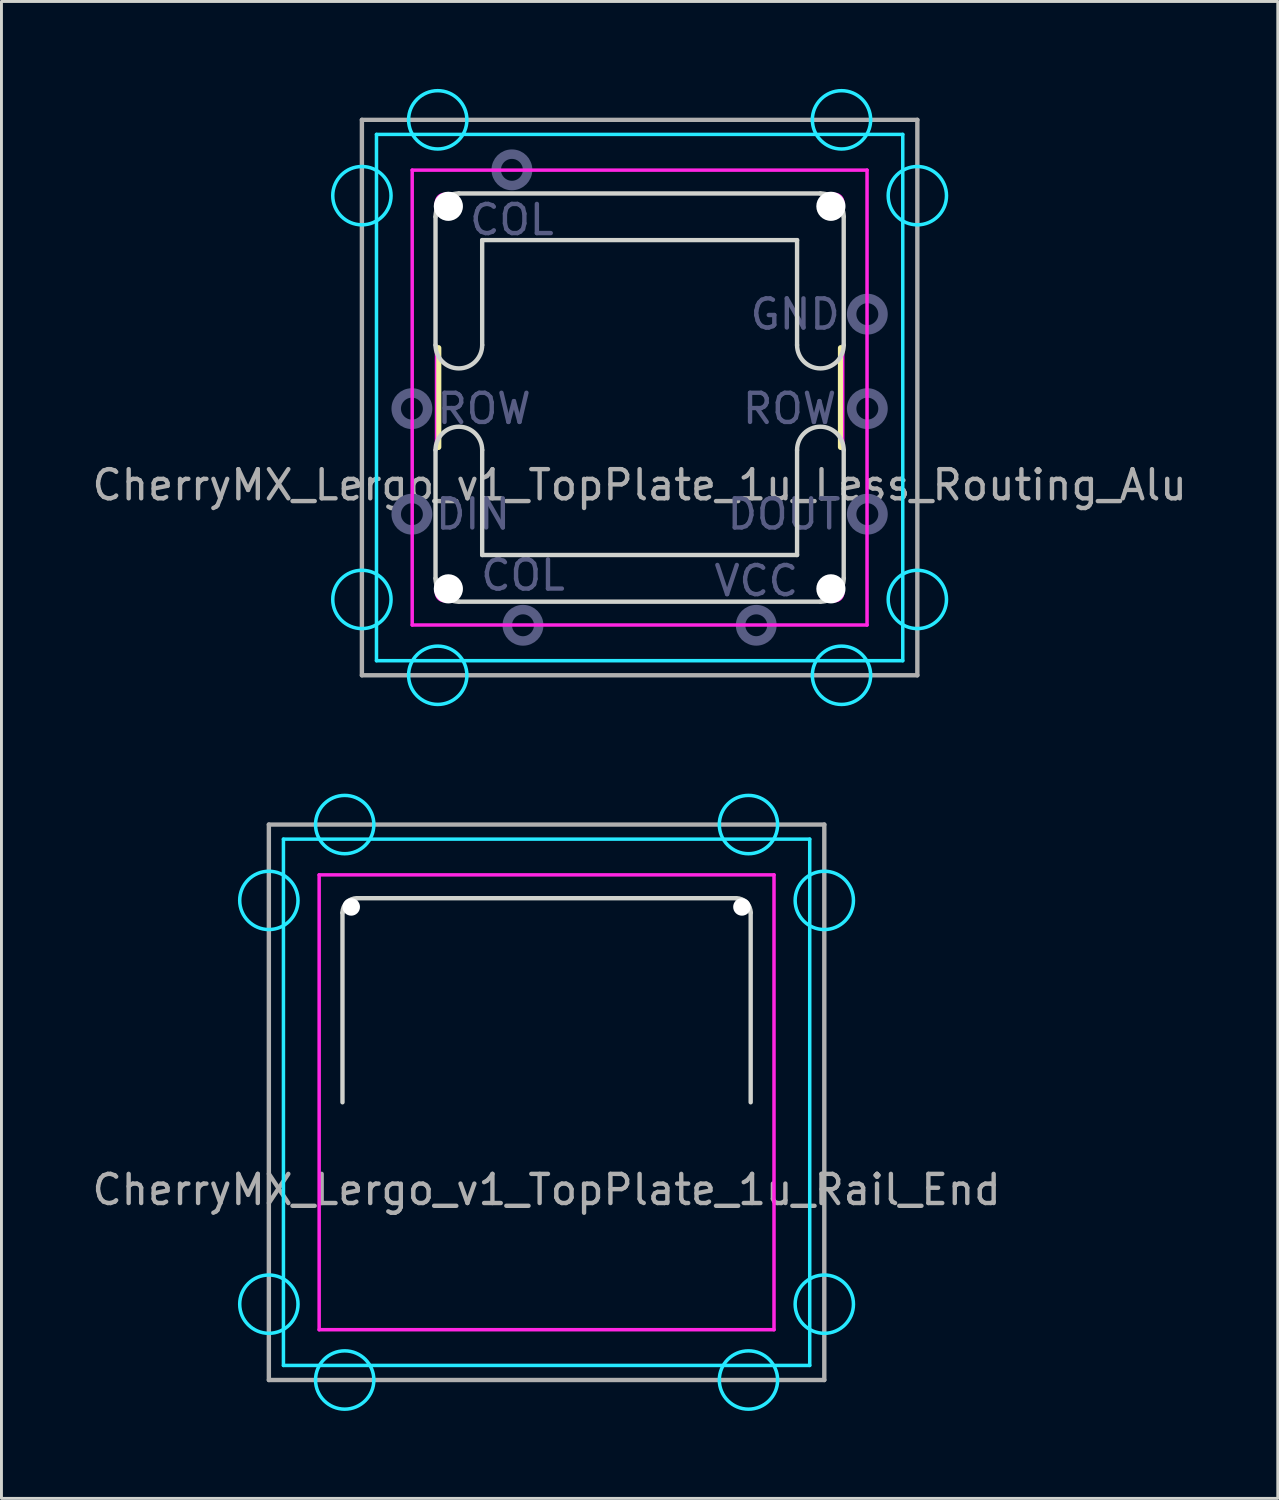
<source format=kicad_pcb>
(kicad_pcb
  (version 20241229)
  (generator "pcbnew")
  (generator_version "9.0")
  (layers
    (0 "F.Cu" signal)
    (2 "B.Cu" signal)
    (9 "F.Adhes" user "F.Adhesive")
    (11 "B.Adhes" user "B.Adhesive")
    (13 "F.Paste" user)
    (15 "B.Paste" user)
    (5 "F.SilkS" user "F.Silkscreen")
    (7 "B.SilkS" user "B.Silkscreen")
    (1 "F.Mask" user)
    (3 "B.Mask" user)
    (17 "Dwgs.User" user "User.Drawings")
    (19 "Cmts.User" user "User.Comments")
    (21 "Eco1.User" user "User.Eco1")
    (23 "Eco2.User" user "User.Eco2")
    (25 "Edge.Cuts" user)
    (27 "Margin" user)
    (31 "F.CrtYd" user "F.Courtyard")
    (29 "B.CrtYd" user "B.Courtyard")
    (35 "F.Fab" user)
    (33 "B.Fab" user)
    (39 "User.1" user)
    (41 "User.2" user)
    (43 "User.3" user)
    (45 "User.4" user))
  (footprint "CherryMX_Lergo_v1_TopPlate_1u_Rail_End"
    (layer "F.Cu")
    (at 15.696 34.755)
    (property "Reference" "CherryMX_Lergo_v1_TopPlate_1u_Rail_End" (at 0 3 0) (layer "F.Fab") (effects (font (size 1 1) (thickness 0.15))))
    (attr through_hole)
    (fp_line (start -7 -7) (end 7 -7) (stroke (width 0.05) (type solid)) (layer "Eco2.User"))
    (fp_line (start -7 7) (end -7 -7) (stroke (width 0.05) (type solid)) (layer "Eco2.User"))
    (fp_line (start 0 7) (end 0 7.5) (stroke (width 0.05) (type solid)) (layer "Eco2.User"))
    (fp_line (start 7 -7) (end 7 7) (stroke (width 0.05) (type solid)) (layer "Eco2.User"))
    (fp_line (start 7 7) (end -7 7) (stroke (width 0.05) (type solid)) (layer "Eco2.User"))
    (fp_circle (center -6.7 -6.7) (end -6.4 -6.7) (stroke (width 0.05) (type solid)) (fill no) (layer "Eco2.User"))
    (fp_circle (center -6.7 6.7) (end -6.4 6.7) (stroke (width 0.05) (type solid)) (fill no) (layer "Eco2.User"))
    (fp_circle (center 6.7 -6.7) (end 7 -6.7) (stroke (width 0.05) (type solid)) (fill no) (layer "Eco2.User"))
    (fp_circle (center 6.7 6.7) (end 7 6.7) (stroke (width 0.05) (type solid)) (fill no) (layer "Eco2.User"))
    (fp_line (start -7 -6.5) (end -7 0) (stroke (width 0.15) (type solid)) (layer "Edge.Cuts"))
    (fp_line (start 6.5 -7) (end -6.5 -7) (stroke (width 0.15) (type solid)) (layer "Edge.Cuts"))
    (fp_line (start 7 0) (end 7 -6.5) (stroke (width 0.15) (type solid)) (layer "Edge.Cuts"))
    (fp_arc (start -7 -6.5) (mid -6.853553 -6.853553) (end -6.5 -7) (stroke (width 0.15) (type solid)) (layer "Edge.Cuts"))
    (fp_arc (start 6.5 -7) (mid 6.853553 -6.853553) (end 7 -6.5) (stroke (width 0.15) (type solid)) (layer "Edge.Cuts"))
    (fp_line (start -9.025 -9.025) (end 9.025 -9.025) (stroke (width 0.12) (type solid)) (layer "B.CrtYd"))
    (fp_line (start -9.025 9.025) (end -9.025 -9.025) (stroke (width 0.12) (type solid)) (layer "B.CrtYd"))
    (fp_line (start 9.025 -9.025) (end 9.025 9.025) (stroke (width 0.12) (type solid)) (layer "B.CrtYd"))
    (fp_line (start 9.025 9.025) (end -9.025 9.025) (stroke (width 0.12) (type solid)) (layer "B.CrtYd"))
    (fp_circle (center -9.525 -6.924) (end -9.525 -7.924) (stroke (width 0.12) (type solid)) (fill no) (layer "B.CrtYd"))
    (fp_circle (center -9.525 6.924) (end -9.525 5.924) (stroke (width 0.12) (type solid)) (fill no) (layer "B.CrtYd"))
    (fp_circle (center -6.924 -9.525) (end -5.924 -9.525) (stroke (width 0.12) (type solid)) (fill no) (layer "B.CrtYd"))
    (fp_circle (center -6.924 9.525) (end -5.924 9.525) (stroke (width 0.12) (type solid)) (fill no) (layer "B.CrtYd"))
    (fp_circle (center 6.924 -9.525) (end 7.924 -9.525) (stroke (width 0.12) (type solid)) (fill no) (layer "B.CrtYd"))
    (fp_circle (center 6.924 9.525) (end 7.924 9.525) (stroke (width 0.12) (type solid)) (fill no) (layer "B.CrtYd"))
    (fp_circle (center 9.525 -6.924) (end 9.525 -7.924) (stroke (width 0.12) (type solid)) (fill no) (layer "B.CrtYd"))
    (fp_circle (center 9.525 6.924) (end 9.525 5.924) (stroke (width 0.12) (type solid)) (fill no) (layer "B.CrtYd"))
    (fp_line (start -7.8 -7.8) (end 7.8 -7.8) (stroke (width 0.12) (type solid)) (layer "F.CrtYd"))
    (fp_line (start -7.8 7.8) (end -7.8 -7.8) (stroke (width 0.12) (type solid)) (layer "F.CrtYd"))
    (fp_line (start 7.8 -7.8) (end 7.8 7.8) (stroke (width 0.12) (type solid)) (layer "F.CrtYd"))
    (fp_line (start 7.8 7.8) (end -7.8 7.8) (stroke (width 0.12) (type solid)) (layer "F.CrtYd"))
    (fp_line (start -9.525 -9.525) (end -9.525 9.525) (stroke (width 0.15) (type solid)) (layer "F.Fab"))
    (fp_line (start -9.525 9.525) (end 9.525 9.525) (stroke (width 0.15) (type solid)) (layer "F.Fab"))
    (fp_line (start 9.525 -9.525) (end -9.525 -9.525) (stroke (width 0.15) (type solid)) (layer "F.Fab"))
    (fp_line (start 9.525 9.525) (end 9.525 -9.525) (stroke (width 0.15) (type solid)) (layer "F.Fab"))
    (pad "" np_thru_hole circle (at -6.7 -6.7) (size 0.6 0.6) (drill 0.6) (layers "*.Cu"))
    (pad "" np_thru_hole circle (at 6.7 -6.7) (size 0.6 0.6) (drill 0.6) (layers "*.Cu")))
  (footprint "CherryMX_Lergo_v1_TopPlate_1u_Less_Routing_Alu"
    (layer "F.Cu")
    (at 18.887 10.585)
    (property "Reference" "CherryMX_Lergo_v1_TopPlate_1u_Less_Routing_Alu" (at 0 3 0) (layer "F.Fab") (effects (font (size 1 1) (thickness 0.15))))
    (attr through_hole)
    (fp_line (start -6.9 -1.7) (end -6.9 1.7) (stroke (width 0.2) (type solid)) (layer "F.SilkS"))
    (fp_line (start 6.9 -1.7) (end 6.9 1.7) (stroke (width 0.2) (type solid)) (layer "F.SilkS"))
    (fp_line (start -7 -6.2) (end -7 -1.8) (stroke (width 0.15) (type solid)) (layer "Edge.Cuts"))
    (fp_line (start -7 1.8) (end -7 6.2) (stroke (width 0.15) (type solid)) (layer "Edge.Cuts"))
    (fp_line (start -6.2 7) (end 6.2 7) (stroke (width 0.15) (type solid)) (layer "Edge.Cuts"))
    (fp_line (start -5.4 -5.4) (end -5.4 -1.8) (stroke (width 0.15) (type solid)) (layer "Edge.Cuts"))
    (fp_line (start -5.4 1.8) (end -5.4 5.4) (stroke (width 0.15) (type solid)) (layer "Edge.Cuts"))
    (fp_line (start -5.4 5.4) (end 5.4 5.4) (stroke (width 0.15) (type solid)) (layer "Edge.Cuts"))
    (fp_line (start 5.4 -5.4) (end -5.4 -5.4) (stroke (width 0.15) (type solid)) (layer "Edge.Cuts"))
    (fp_line (start 5.4 -1.8) (end 5.4 -5.4) (stroke (width 0.15) (type solid)) (layer "Edge.Cuts"))
    (fp_line (start 5.4 5.4) (end 5.4 1.8) (stroke (width 0.15) (type solid)) (layer "Edge.Cuts"))
    (fp_line (start 6.2 -7) (end -6.2 -7) (stroke (width 0.15) (type solid)) (layer "Edge.Cuts"))
    (fp_line (start 7 -1.8) (end 7 -6.2) (stroke (width 0.15) (type solid)) (layer "Edge.Cuts"))
    (fp_line (start 7 6.2) (end 7 1.8) (stroke (width 0.15) (type solid)) (layer "Edge.Cuts"))
    (fp_arc (start -7 -6.2) (mid -6.765685 -6.765685) (end -6.2 -7) (stroke (width 0.15) (type solid)) (layer "Edge.Cuts"))
    (fp_arc (start -7 1.8) (mid -6.2 1) (end -5.4 1.8) (stroke (width 0.15) (type solid)) (layer "Edge.Cuts"))
    (fp_arc (start -6.2 7) (mid -6.765685 6.765685) (end -7 6.2) (stroke (width 0.15) (type solid)) (layer "Edge.Cuts"))
    (fp_arc (start -5.4 -1.8) (mid -6.2 -1) (end -7 -1.8) (stroke (width 0.15) (type solid)) (layer "Edge.Cuts"))
    (fp_arc (start 5.4 1.8) (mid 6.2 1) (end 7 1.8) (stroke (width 0.15) (type solid)) (layer "Edge.Cuts"))
    (fp_arc (start 6.2 -7) (mid 6.765685 -6.765685) (end 7 -6.2) (stroke (width 0.15) (type solid)) (layer "Edge.Cuts"))
    (fp_arc (start 7 -1.8) (mid 6.2 -1) (end 5.4 -1.8) (stroke (width 0.15) (type solid)) (layer "Edge.Cuts"))
    (fp_arc (start 7 6.2) (mid 6.765685 6.765685) (end 6.2 7) (stroke (width 0.15) (type solid)) (layer "Edge.Cuts"))
    (fp_line (start -9.025 -9.025) (end 9.025 -9.025) (stroke (width 0.12) (type solid)) (layer "B.CrtYd"))
    (fp_line (start -9.025 9.025) (end -9.025 -9.025) (stroke (width 0.12) (type solid)) (layer "B.CrtYd"))
    (fp_line (start 9.025 -9.025) (end 9.025 9.025) (stroke (width 0.12) (type solid)) (layer "B.CrtYd"))
    (fp_line (start 9.025 9.025) (end -9.025 9.025) (stroke (width 0.12) (type solid)) (layer "B.CrtYd"))
    (fp_circle (center -9.525 -6.924) (end -9.525 -7.924) (stroke (width 0.12) (type solid)) (fill no) (layer "B.CrtYd"))
    (fp_circle (center -9.525 6.924) (end -9.525 5.924) (stroke (width 0.12) (type solid)) (fill no) (layer "B.CrtYd"))
    (fp_circle (center -6.924 -9.525) (end -5.924 -9.525) (stroke (width 0.12) (type solid)) (fill no) (layer "B.CrtYd"))
    (fp_circle (center -6.924 9.525) (end -5.924 9.525) (stroke (width 0.12) (type solid)) (fill no) (layer "B.CrtYd"))
    (fp_circle (center 6.924 -9.525) (end 7.924 -9.525) (stroke (width 0.12) (type solid)) (fill no) (layer "B.CrtYd"))
    (fp_circle (center 6.924 9.525) (end 7.924 9.525) (stroke (width 0.12) (type solid)) (fill no) (layer "B.CrtYd"))
    (fp_circle (center 9.525 -6.924) (end 9.525 -7.924) (stroke (width 0.12) (type solid)) (fill no) (layer "B.CrtYd"))
    (fp_circle (center 9.525 6.924) (end 9.525 5.924) (stroke (width 0.12) (type solid)) (fill no) (layer "B.CrtYd"))
    (fp_line (start -7.8 -7.8) (end 7.8 -7.8) (stroke (width 0.12) (type solid)) (layer "F.CrtYd"))
    (fp_line (start -7.8 7.8) (end -7.8 -7.8) (stroke (width 0.12) (type solid)) (layer "F.CrtYd"))
    (fp_line (start -7 6.7) (end -7 -6.7) (stroke (width 0.05) (type solid)) (layer "F.CrtYd"))
    (fp_line (start -6.7 -7) (end 6.7 -7) (stroke (width 0.05) (type solid)) (layer "F.CrtYd"))
    (fp_line (start 6.7 7) (end -6.7 7) (stroke (width 0.05) (type solid)) (layer "F.CrtYd"))
    (fp_line (start 7 -6.7) (end 7 6.7) (stroke (width 0.05) (type solid)) (layer "F.CrtYd"))
    (fp_line (start 7.8 -7.8) (end 7.8 7.8) (stroke (width 0.12) (type solid)) (layer "F.CrtYd"))
    (fp_line (start 7.8 7.8) (end -7.8 7.8) (stroke (width 0.12) (type solid)) (layer "F.CrtYd"))
    (fp_arc (start -7 -6.7) (mid -6.912132 -6.912132) (end -6.7 -7) (stroke (width 0.05) (type solid)) (layer "F.CrtYd"))
    (fp_arc (start -6.7 7) (mid -6.912132 6.912132) (end -7 6.7) (stroke (width 0.05) (type solid)) (layer "F.CrtYd"))
    (fp_arc (start 6.7 -7) (mid 6.912132 -6.912132) (end 7 -6.7) (stroke (width 0.05) (type solid)) (layer "F.CrtYd"))
    (fp_arc (start 7 6.7) (mid 6.912132 6.912132) (end 6.7 7) (stroke (width 0.05) (type solid)) (layer "F.CrtYd"))
    (fp_circle (center -7.81 0.38) (end -7.272 0.38) (stroke (width 0.325) (type solid)) (fill no) (layer "B.Fab"))
    (fp_circle (center -7.81 4) (end -7.272 4) (stroke (width 0.325) (type solid)) (fill no) (layer "B.Fab"))
    (fp_circle (center -4.38 -7.81) (end -3.842 -7.81) (stroke (width 0.325) (type solid)) (fill no) (layer "B.Fab"))
    (fp_circle (center -4 7.81) (end -3.462 7.81) (stroke (width 0.325) (type solid)) (fill no) (layer "B.Fab"))
    (fp_circle (center 4 7.81) (end 4.537 7.81) (stroke (width 0.325) (type solid)) (fill no) (layer "B.Fab"))
    (fp_circle (center 7.81 -2.86) (end 8.348 -2.86) (stroke (width 0.325) (type solid)) (fill no) (layer "B.Fab"))
    (fp_circle (center 7.81 0.38) (end 8.348 0.38) (stroke (width 0.325) (type solid)) (fill no) (layer "B.Fab"))
    (fp_circle (center 7.81 4) (end 8.348 4) (stroke (width 0.325) (type solid)) (fill no) (layer "B.Fab"))
    (fp_line (start -9.525 -9.525) (end -9.525 9.525) (stroke (width 0.15) (type solid)) (layer "F.Fab"))
    (fp_line (start -9.525 9.525) (end 9.525 9.525) (stroke (width 0.15) (type solid)) (layer "F.Fab"))
    (fp_line (start 9.525 -9.525) (end -9.525 -9.525) (stroke (width 0.15) (type solid)) (layer "F.Fab"))
    (fp_line (start 9.525 9.525) (end 9.525 -9.525) (stroke (width 0.15) (type solid)) (layer "F.Fab"))
    (fp_text user "COL" (at -4.381 -6.096 0) (layer "B.Fab") (effects (font (size 1 1) (thickness 0.15))))
    (fp_text user "DOUT" (at 4.953 4 0) (layer "B.Fab") (effects (font (size 1 1) (thickness 0.15))))
    (fp_text user "ROW" (at 5.144 0.381 0) (layer "B.Fab") (effects (font (size 1 1) (thickness 0.15))))
    (fp_text user "VCC" (at 4 6.287 0) (layer "B.Fab") (effects (font (size 1 1) (thickness 0.15))))
    (fp_text user "DIN" (at -5.715 4 0) (layer "B.Fab") (effects (font (size 1 1) (thickness 0.15))))
    (fp_text user "ROW" (at -5.334 0.381 0) (layer "B.Fab") (effects (font (size 1 1) (thickness 0.15))))
    (fp_text user "COL" (at -4 6.096 0) (layer "B.Fab") (effects (font (size 1 1) (thickness 0.15))))
    (fp_text user "GND" (at 5.334 -2.857 0) (layer "B.Fab") (effects (font (size 1 1) (thickness 0.15))))
    (pad "" np_thru_hole circle (at -6.56 -6.56) (size 1 1) (drill 1) (layers "*.Cu"))
    (pad "" np_thru_hole circle (at -6.56 6.56) (size 1 1) (drill 1) (layers "*.Cu"))
    (pad "" np_thru_hole circle (at 6.56 -6.56) (size 1 1) (drill 1) (layers "*.Cu"))
    (pad "" np_thru_hole circle (at 6.56 6.56) (size 1 1) (drill 1) (layers "*.Cu")))
  (gr_rect
    (start -3 -3)
    (end 40.774 48.34)
    (stroke (width 0.1) (type default))
    (fill no)
    (layer "Edge.Cuts")))
</source>
